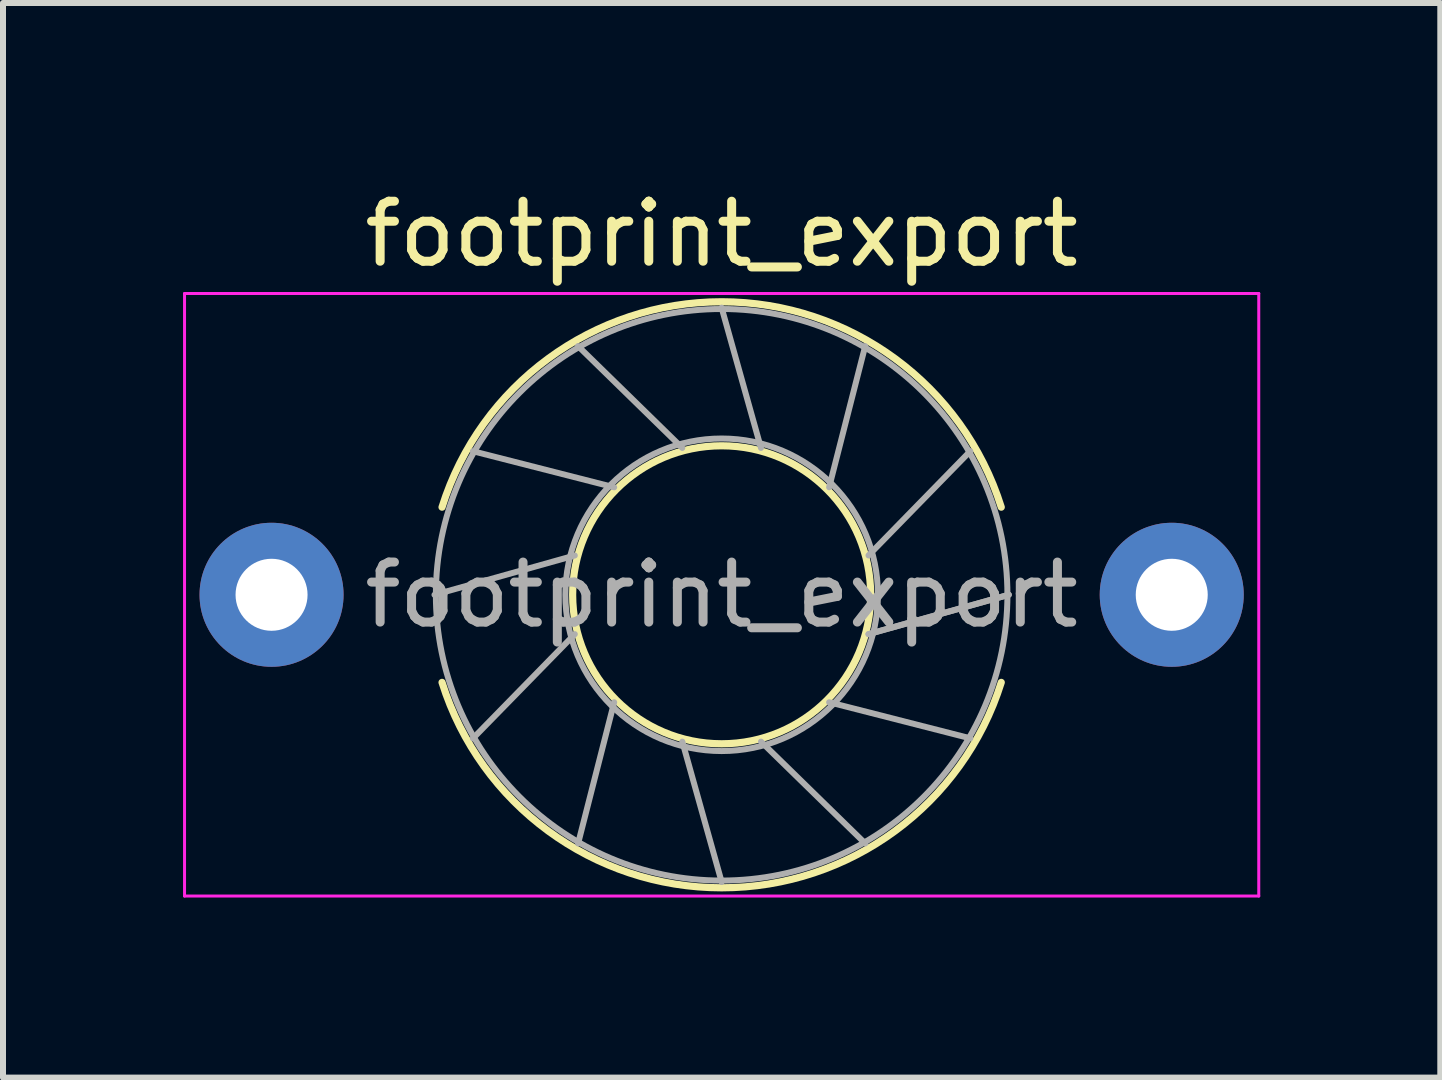
<source format=kicad_pcb>
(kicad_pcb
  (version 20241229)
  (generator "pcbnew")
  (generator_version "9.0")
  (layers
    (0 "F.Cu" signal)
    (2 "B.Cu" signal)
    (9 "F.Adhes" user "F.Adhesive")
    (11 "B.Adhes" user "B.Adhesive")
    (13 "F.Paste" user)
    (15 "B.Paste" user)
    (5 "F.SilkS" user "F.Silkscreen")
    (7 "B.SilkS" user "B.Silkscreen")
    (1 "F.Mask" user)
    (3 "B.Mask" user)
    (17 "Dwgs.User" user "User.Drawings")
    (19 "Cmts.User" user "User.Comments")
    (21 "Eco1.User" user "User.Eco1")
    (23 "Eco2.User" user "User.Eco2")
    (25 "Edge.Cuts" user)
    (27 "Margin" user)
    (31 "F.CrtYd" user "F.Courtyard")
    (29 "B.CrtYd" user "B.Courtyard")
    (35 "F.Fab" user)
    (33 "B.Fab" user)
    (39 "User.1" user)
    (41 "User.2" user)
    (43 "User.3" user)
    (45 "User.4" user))
  (footprint "footprint_export"
    (layer "F.Cu")
    (at 1.475 6.861)
    (property "Reference" "footprint_export" (at 7.5 -6.013 0) (layer "F.SilkS") (effects (font (size 1 1) (thickness 0.15))))
    (attr through_hole)
    (fp_arc (start 2.840901 -1.46) (mid 7.5 -4.8825) (end 12.159099 -1.46) (stroke (width 0.12) (type solid)) (layer "F.SilkS"))
    (fp_arc (start 12.159099 1.46) (mid 7.5 4.8825) (end 2.840901 1.46) (stroke (width 0.12) (type solid)) (layer "F.SilkS"))
    (fp_circle (center 7.5 0) (end 9.983 0) (stroke (width 0.12) (type solid)) (fill no) (layer "F.SilkS"))
    (fp_line (start -1.45 -5.02) (end -1.45 5.02) (stroke (width 0.05) (type solid)) (layer "F.CrtYd"))
    (fp_line (start -1.45 5.02) (end 16.45 5.02) (stroke (width 0.05) (type solid)) (layer "F.CrtYd"))
    (fp_line (start 16.45 -5.02) (end -1.45 -5.02) (stroke (width 0.05) (type solid)) (layer "F.CrtYd"))
    (fp_line (start 16.45 5.02) (end 16.45 -5.02) (stroke (width 0.05) (type solid)) (layer "F.CrtYd"))
    (fp_line (start 2.715 0.000443) (end 5.053 -0.655) (stroke (width 0.1) (type solid)) (layer "F.Fab"))
    (fp_line (start 3.356 -2.392) (end 5.709 -1.791) (stroke (width 0.1) (type solid)) (layer "F.Fab"))
    (fp_line (start 3.356 2.393) (end 5.053 0.656) (stroke (width 0.1) (type solid)) (layer "F.Fab"))
    (fp_line (start 5.107 -4.144) (end 6.844 -2.447) (stroke (width 0.1) (type solid)) (layer "F.Fab"))
    (fp_line (start 5.108 4.144) (end 5.709 1.791) (stroke (width 0.1) (type solid)) (layer "F.Fab"))
    (fp_line (start 7.499 -4.785) (end 8.155 -2.447) (stroke (width 0.1) (type solid)) (layer "F.Fab"))
    (fp_line (start 7.5 4.785) (end 6.845 2.447) (stroke (width 0.1) (type solid)) (layer "F.Fab"))
    (fp_line (start 9.892 -4.144) (end 9.291 -1.792) (stroke (width 0.1) (type solid)) (layer "F.Fab"))
    (fp_line (start 9.893 4.144) (end 8.156 2.447) (stroke (width 0.1) (type solid)) (layer "F.Fab"))
    (fp_line (start 11.643 -2.393) (end 9.947 -0.656) (stroke (width 0.1) (type solid)) (layer "F.Fab"))
    (fp_line (start 11.644 2.392) (end 9.291 1.791) (stroke (width 0.1) (type solid)) (layer "F.Fab"))
    (fp_line (start 12.285 -0.001) (end 9.947 0.655) (stroke (width 0.1) (type solid)) (layer "F.Fab"))
    (fp_line (start 12.285 0) (end 9.947 0.656) (stroke (width 0.1) (type solid)) (layer "F.Fab"))
    (fp_circle (center 7.5 0) (end 10.104 0) (stroke (width 0.1) (type solid)) (fill no) (layer "F.Fab"))
    (fp_circle (center 7.5 0) (end 12.262 0) (stroke (width 0.1) (type solid)) (fill no) (layer "F.Fab"))
    (fp_text user "${REFERENCE}" (at 7.5 0 0) (layer "F.Fab") (effects (font (size 1 1) (thickness 0.15))))
    (pad "1" thru_hole circle (at 0 0) (size 2.4 2.4) (drill 1.2) (layers "*.Cu" "*.Mask"))
    (pad "2" thru_hole circle (at 15 0) (size 2.4 2.4) (drill 1.2) (layers "*.Cu" "*.Mask")))
  (gr_rect
    (start -3 -3)
    (end 20.95 14.906)
    (stroke (width 0.1) (type default))
    (fill no)
    (layer "Edge.Cuts")))
</source>
